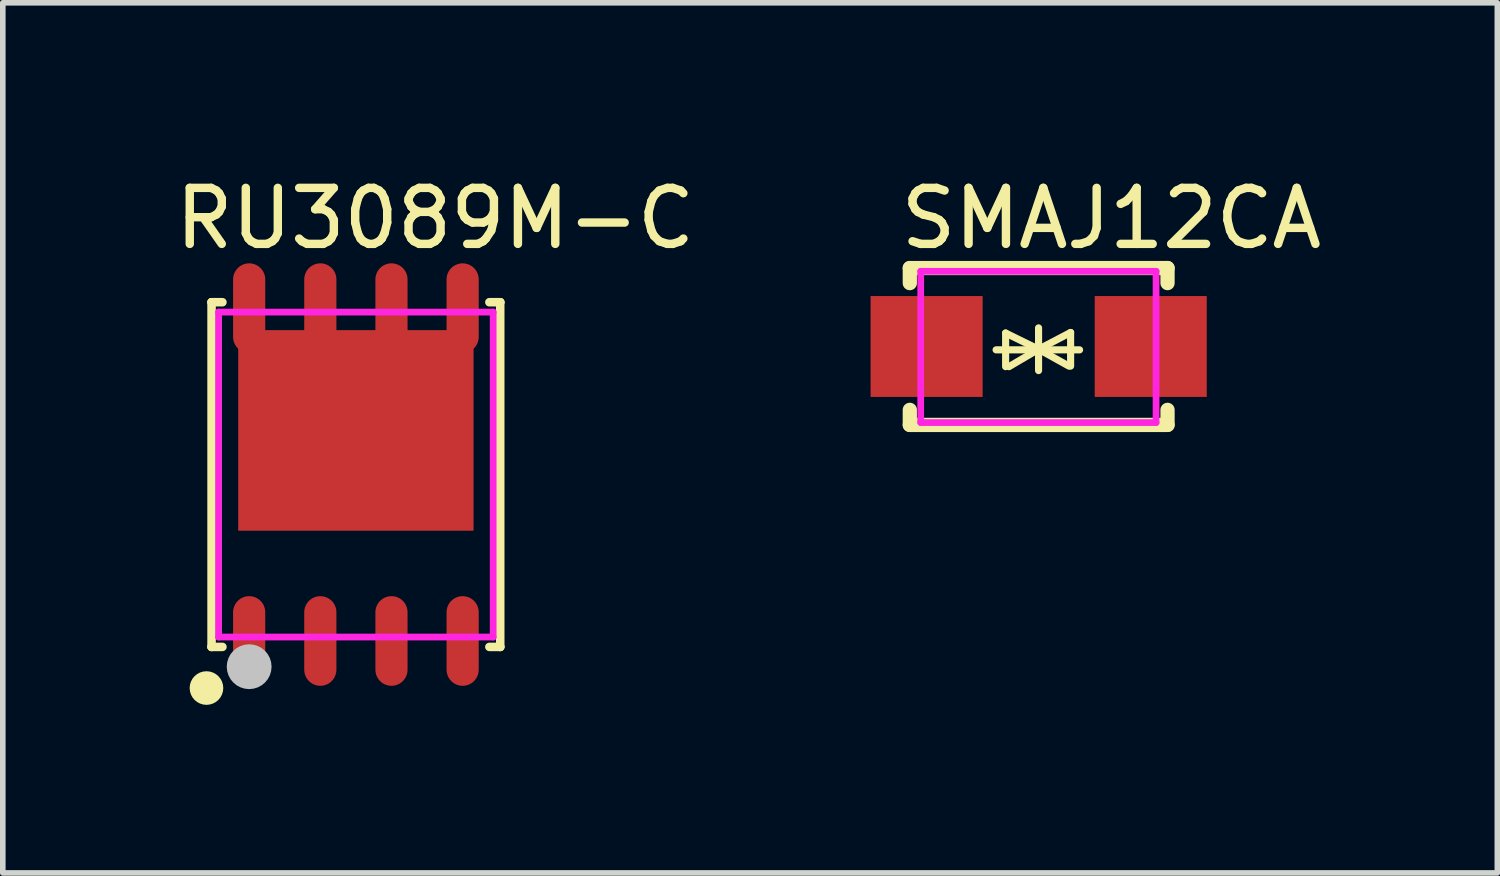
<source format=kicad_pcb>
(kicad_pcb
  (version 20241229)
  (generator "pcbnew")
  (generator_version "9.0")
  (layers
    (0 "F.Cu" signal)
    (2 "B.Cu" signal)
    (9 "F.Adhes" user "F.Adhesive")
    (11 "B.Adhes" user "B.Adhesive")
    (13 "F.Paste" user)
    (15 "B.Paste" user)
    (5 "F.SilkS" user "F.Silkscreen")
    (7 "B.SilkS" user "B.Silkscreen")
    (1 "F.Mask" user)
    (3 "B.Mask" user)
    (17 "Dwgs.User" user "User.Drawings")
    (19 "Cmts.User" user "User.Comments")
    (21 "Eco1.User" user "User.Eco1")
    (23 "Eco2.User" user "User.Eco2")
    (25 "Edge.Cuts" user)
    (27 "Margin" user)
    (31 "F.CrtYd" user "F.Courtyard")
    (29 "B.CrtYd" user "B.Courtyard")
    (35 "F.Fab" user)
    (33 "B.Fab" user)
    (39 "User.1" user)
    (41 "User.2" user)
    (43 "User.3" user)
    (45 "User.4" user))
  (footprint "SMAJ12CA"
    (layer "F.Cu")
    (at 15.488 3.134)
    (property "Reference" "SMAJ12CA" (at -2.54 -2.286 0) (layer "F.SilkS") (effects (font (size 1 1) (thickness 0.15)) (justify left)))
    (attr through_hole)
    (fp_line (start -2.3 -1.4) (end -2.3 -1.131) (stroke (width 0.254) (type solid)) (layer "F.SilkS"))
    (fp_line (start -2.3 -1.4) (end 2.3 -1.4) (stroke (width 0.254) (type solid)) (layer "F.SilkS"))
    (fp_line (start -2.3 1.131) (end -2.3 1.4) (stroke (width 0.254) (type solid)) (layer "F.SilkS"))
    (fp_line (start -2.3 1.4) (end 2.3 1.4) (stroke (width 0.254) (type solid)) (layer "F.SilkS"))
    (fp_line (start -0.76 0.06) (end 0.73 0.06) (stroke (width 0.127) (type solid)) (layer "F.SilkS"))
    (fp_line (start -0.59 -0.24) (end -0.59 0.36) (stroke (width 0.127) (type solid)) (layer "F.SilkS"))
    (fp_line (start -0.59 -0.24) (end -0.002 0.049) (stroke (width 0.127) (type solid)) (layer "F.SilkS"))
    (fp_line (start -0.53 0.36) (end -0.002 0.049) (stroke (width 0.127) (type solid)) (layer "F.SilkS"))
    (fp_line (start -0.002 0.049) (end -0.002 -0.332) (stroke (width 0.127) (type solid)) (layer "F.SilkS"))
    (fp_line (start -0.002 0.049) (end -0.002 0.43) (stroke (width 0.127) (type solid)) (layer "F.SilkS"))
    (fp_line (start 0.54 0.35) (end -0.002 0.049) (stroke (width 0.127) (type solid)) (layer "F.SilkS"))
    (fp_line (start 0.57 -0.25) (end -0.002 0.049) (stroke (width 0.127) (type solid)) (layer "F.SilkS"))
    (fp_line (start 0.57 -0.25) (end 0.57 0.35) (stroke (width 0.127) (type solid)) (layer "F.SilkS"))
    (fp_line (start 2.3 -1.4) (end 2.3 -1.131) (stroke (width 0.254) (type solid)) (layer "F.SilkS"))
    (fp_line (start 2.3 1.131) (end 2.3 1.4) (stroke (width 0.254) (type solid)) (layer "F.SilkS"))
    (fp_circle (center -2.467 1.358) (end -2.437 1.358) (stroke (width 0.06) (type solid)) (fill no) (layer "Eco2.User"))
    (fp_poly (pts (xy -2.467 0.774) (xy -2.467 -0.676) (xy -1.327 -0.676) (xy -1.327 0.774)) (stroke (width 0.12) (type solid)) (fill no) (layer "Eco2.User"))
    (fp_poly (pts (xy 1.403 0.725) (xy 1.403 -0.725) (xy 2.543 -0.725) (xy 2.543 0.725)) (stroke (width 0.12) (type solid)) (fill no) (layer "Eco2.User"))
    (fp_line (start -2.105 -1.342) (end 2.095 -1.342) (stroke (width 0.12) (type solid)) (layer "F.CrtYd"))
    (fp_line (start -2.105 1.358) (end -2.105 -1.342) (stroke (width 0.12) (type solid)) (layer "F.CrtYd"))
    (fp_line (start 2.095 -1.342) (end 2.095 1.358) (stroke (width 0.12) (type solid)) (layer "F.CrtYd"))
    (fp_line (start 2.095 1.358) (end -2.105 1.358) (stroke (width 0.12) (type solid)) (layer "F.CrtYd"))
    (pad "1" smd rect (at -2 0) (size 2 1.8) (layers "F.Cu" "F.Mask" "F.Paste"))
    (pad "2" smd rect (at 2 0) (size 2 1.8) (layers "F.Cu" "F.Mask" "F.Paste")))
  (footprint "RU3089M-C"
    (layer "F.Cu")
    (at 3.302 5.42)
    (property "Reference" "RU3089M-C" (at -3.302 -4.572 0) (layer "F.SilkS") (effects (font (size 1 1) (thickness 0.15)) (justify left)))
    (attr through_hole)
    (fp_line (start -2.576 -3.076) (end -2.576 -3.076) (stroke (width 0.152) (type solid)) (layer "F.SilkS"))
    (fp_line (start -2.576 -3.076) (end -2.382 -3.076) (stroke (width 0.152) (type solid)) (layer "F.SilkS"))
    (fp_line (start -2.576 3.076) (end -2.576 -3.076) (stroke (width 0.152) (type solid)) (layer "F.SilkS"))
    (fp_line (start -2.576 3.076) (end -2.576 3.076) (stroke (width 0.152) (type solid)) (layer "F.SilkS"))
    (fp_line (start -2.382 3.076) (end -2.576 3.076) (stroke (width 0.152) (type solid)) (layer "F.SilkS"))
    (fp_line (start 2.382 3.076) (end 2.576 3.076) (stroke (width 0.152) (type solid)) (layer "F.SilkS"))
    (fp_line (start 2.576 -3.076) (end 2.382 -3.076) (stroke (width 0.152) (type solid)) (layer "F.SilkS"))
    (fp_line (start 2.576 -3.076) (end 2.576 -3.076) (stroke (width 0.152) (type solid)) (layer "F.SilkS"))
    (fp_line (start 2.576 3.076) (end 2.576 -3.076) (stroke (width 0.152) (type solid)) (layer "F.SilkS"))
    (fp_line (start 2.576 3.076) (end 2.576 3.076) (stroke (width 0.152) (type solid)) (layer "F.SilkS"))
    (fp_circle (center -2.667 3.81) (end -2.517 3.81) (stroke (width 0.3) (type solid)) (fill no) (layer "F.SilkS"))
    (fp_poly (pts (xy -2.192 2.457) (xy -2.186 2.401) (xy -2.17 2.347) (xy -2.144 2.298) (xy -2.108 2.254) (xy -2.064 2.218) (xy -2.015 2.192) (xy -1.961 2.176) (xy -1.905 2.17) (xy -1.849 2.176) (xy -1.795 2.192) (xy -1.746 2.218) (xy -1.702 2.254) (xy -1.666 2.298) (xy -1.64 2.347) (xy -1.624 2.401) (xy -1.618 2.457) (xy -1.618 3.483) (xy -1.624 3.539) (xy -1.64 3.593) (xy -1.666 3.642) (xy -1.702 3.686) (xy -1.746 3.722) (xy -1.795 3.748) (xy -1.849 3.765) (xy -1.905 3.77) (xy -1.961 3.765) (xy -2.015 3.748) (xy -2.064 3.722) (xy -2.108 3.686) (xy -2.144 3.642) (xy -2.17 3.593) (xy -2.186 3.539) (xy -2.192 3.483)) (stroke (width 0.12) (type solid)) (fill yes) (layer "F.Paste"))
    (fp_poly (pts (xy -0.922 2.457) (xy -0.916 2.401) (xy -0.9 2.347) (xy -0.874 2.298) (xy -0.838 2.254) (xy -0.794 2.218) (xy -0.745 2.192) (xy -0.691 2.176) (xy -0.635 2.17) (xy -0.579 2.176) (xy -0.525 2.192) (xy -0.476 2.218) (xy -0.432 2.254) (xy -0.396 2.298) (xy -0.37 2.347) (xy -0.354 2.401) (xy -0.348 2.457) (xy -0.348 3.483) (xy -0.354 3.539) (xy -0.37 3.593) (xy -0.396 3.642) (xy -0.432 3.686) (xy -0.476 3.722) (xy -0.525 3.748) (xy -0.579 3.765) (xy -0.635 3.77) (xy -0.691 3.765) (xy -0.745 3.748) (xy -0.794 3.722) (xy -0.838 3.686) (xy -0.874 3.642) (xy -0.9 3.593) (xy -0.916 3.539) (xy -0.922 3.483)) (stroke (width 0.12) (type solid)) (fill yes) (layer "F.Paste"))
    (fp_poly (pts (xy 0.348 2.457) (xy 0.354 2.401) (xy 0.37 2.347) (xy 0.396 2.298) (xy 0.432 2.254) (xy 0.476 2.218) (xy 0.525 2.192) (xy 0.579 2.176) (xy 0.635 2.17) (xy 0.691 2.176) (xy 0.745 2.192) (xy 0.794 2.218) (xy 0.838 2.254) (xy 0.874 2.298) (xy 0.9 2.347) (xy 0.916 2.401) (xy 0.922 2.457) (xy 0.922 3.483) (xy 0.916 3.539) (xy 0.9 3.593) (xy 0.874 3.642) (xy 0.838 3.686) (xy 0.794 3.722) (xy 0.745 3.748) (xy 0.691 3.765) (xy 0.635 3.77) (xy 0.579 3.765) (xy 0.525 3.748) (xy 0.476 3.722) (xy 0.432 3.686) (xy 0.396 3.642) (xy 0.37 3.593) (xy 0.354 3.539) (xy 0.348 3.483)) (stroke (width 0.12) (type solid)) (fill yes) (layer "F.Paste"))
    (fp_poly (pts (xy 1.618 2.457) (xy 1.624 2.401) (xy 1.64 2.347) (xy 1.666 2.298) (xy 1.702 2.254) (xy 1.746 2.218) (xy 1.795 2.192) (xy 1.849 2.176) (xy 1.905 2.17) (xy 1.961 2.176) (xy 2.015 2.192) (xy 2.064 2.218) (xy 2.108 2.254) (xy 2.144 2.298) (xy 2.17 2.347) (xy 2.186 2.401) (xy 2.192 2.457) (xy 2.192 3.483) (xy 2.186 3.539) (xy 2.17 3.593) (xy 2.144 3.642) (xy 2.108 3.686) (xy 2.064 3.722) (xy 2.015 3.748) (xy 1.961 3.765) (xy 1.905 3.77) (xy 1.849 3.765) (xy 1.795 3.748) (xy 1.746 3.722) (xy 1.702 3.686) (xy 1.666 3.642) (xy 1.64 3.593) (xy 1.624 3.539) (xy 1.618 3.483)) (stroke (width 0.12) (type solid)) (fill yes) (layer "F.Paste"))
    (fp_poly (pts (xy 2.1 1) (xy 2.1 -2.25) (xy 2.138 -2.297) (xy 2.167 -2.35) (xy 2.184 -2.407) (xy 2.19 -2.467) (xy 2.19 -2.52) (xy 2.19 -3.51) (xy 2.185 -3.561) (xy 2.17 -3.609) (xy 2.146 -3.654) (xy 2.114 -3.694) (xy 2.074 -3.726) (xy 2.029 -3.75) (xy 1.981 -3.765) (xy 1.93 -3.77) (xy 1.88 -3.77) (xy 1.829 -3.765) (xy 1.78 -3.75) (xy 1.736 -3.726) (xy 1.696 -3.694) (xy 1.664 -3.654) (xy 1.64 -3.609) (xy 1.625 -3.561) (xy 1.62 -3.51) (xy 1.62 -2.58) (xy 0.92 -2.58) (xy 0.92 -3.49) (xy 0.915 -3.545) (xy 0.899 -3.597) (xy 0.873 -3.646) (xy 0.838 -3.688) (xy 0.796 -3.723) (xy 0.747 -3.749) (xy 0.695 -3.765) (xy 0.64 -3.77) (xy 0.63 -3.77) (xy 0.575 -3.765) (xy 0.523 -3.749) (xy 0.474 -3.723) (xy 0.432 -3.688) (xy 0.397 -3.646) (xy 0.371 -3.597) (xy 0.355 -3.545) (xy 0.35 -3.49) (xy 0.35 -3.46) (xy 0.35 -2.58) (xy -0.35 -2.58) (xy -0.35 -3.52) (xy -0.355 -3.569) (xy -0.369 -3.616) (xy -0.392 -3.659) (xy -0.423 -3.697) (xy -0.461 -3.728) (xy -0.504 -3.751) (xy -0.551 -3.765) (xy -0.6 -3.77) (xy -0.64 -3.77) (xy -0.695 -3.765) (xy -0.747 -3.749) (xy -0.796 -3.723) (xy -0.838 -3.688) (xy -0.873 -3.646) (xy -0.899 -3.597) (xy -0.915 -3.545) (xy -0.92 -3.49) (xy -0.92 -2.58) (xy -1.62 -2.58) (xy -1.62 -3.51) (xy -1.625 -3.561) (xy -1.64 -3.609) (xy -1.664 -3.654) (xy -1.696 -3.694) (xy -1.736 -3.726) (xy -1.78 -3.75) (xy -1.829 -3.765) (xy -1.88 -3.77) (xy -1.91 -3.77) (xy -1.965 -3.765) (xy -2.017 -3.749) (xy -2.066 -3.723) (xy -2.108 -3.688) (xy -2.143 -3.646) (xy -2.169 -3.597) (xy -2.185 -3.545) (xy -2.19 -3.49) (xy -2.19 -3.46) (xy -2.19 -2.44) (xy -2.185 -2.388) (xy -2.17 -2.338) (xy -2.145 -2.292) (xy -2.112 -2.252) (xy -2.1 -2.24) (xy -2.104 -2.235) (xy -2.107 -2.229) (xy -2.109 -2.223) (xy -2.11 -2.216) (xy -2.11 1.01)) (stroke (width 0.12) (type solid)) (fill yes) (layer "F.Paste"))
    (fp_circle (center -1.905 3.429) (end -1.705 3.429) (stroke (width 0.4) (type solid)) (fill no) (layer "Dwgs.User"))
    (fp_circle (center -2.5 3) (end -2.47 3) (stroke (width 0.06) (type solid)) (fill no) (layer "Eco2.User"))
    (fp_poly (pts (xy -2.11 -3) (xy -2.11 -2.195) (xy -1.7 -2.195) (xy -1.7 -3)) (stroke (width 0.12) (type solid)) (fill no) (layer "Eco2.User"))
    (fp_poly (pts (xy -2.11 3) (xy -2.11 2.195) (xy -1.7 2.195) (xy -1.7 3)) (stroke (width 0.12) (type solid)) (fill no) (layer "Eco2.User"))
    (fp_poly (pts (xy -0.84 -3) (xy -0.84 -2.195) (xy -0.43 -2.195) (xy -0.43 -3)) (stroke (width 0.12) (type solid)) (fill no) (layer "Eco2.User"))
    (fp_poly (pts (xy -0.84 3) (xy -0.84 2.195) (xy -0.43 2.195) (xy -0.43 3)) (stroke (width 0.12) (type solid)) (fill no) (layer "Eco2.User"))
    (fp_poly (pts (xy 0.43 -3) (xy 0.43 -2.195) (xy 0.84 -2.195) (xy 0.84 -3)) (stroke (width 0.12) (type solid)) (fill no) (layer "Eco2.User"))
    (fp_poly (pts (xy 0.43 3) (xy 0.43 2.195) (xy 0.84 2.195) (xy 0.84 3)) (stroke (width 0.12) (type solid)) (fill no) (layer "Eco2.User"))
    (fp_poly (pts (xy 1.7 -3) (xy 1.7 -2.195) (xy 2.11 -2.195) (xy 2.11 -3)) (stroke (width 0.12) (type solid)) (fill no) (layer "Eco2.User"))
    (fp_poly (pts (xy 1.7 3) (xy 1.7 2.195) (xy 2.11 2.195) (xy 2.11 3)) (stroke (width 0.12) (type solid)) (fill no) (layer "Eco2.User"))
    (fp_poly (pts (xy -2.1 0.644) (xy -2.1 -2.578) (xy 2.1 -2.578) (xy 2.1 1.002) (xy -1.742 1.002)) (stroke (width 0.12) (type solid)) (fill no) (layer "Eco2.User"))
    (fp_line (start -2.45 -2.9) (end 2.45 -2.9) (stroke (width 0.12) (type solid)) (layer "F.CrtYd"))
    (fp_line (start -2.45 2.9) (end -2.45 -2.9) (stroke (width 0.12) (type solid)) (layer "F.CrtYd"))
    (fp_line (start 2.45 -2.9) (end 2.45 2.9) (stroke (width 0.12) (type solid)) (layer "F.CrtYd"))
    (fp_line (start 2.45 2.9) (end -2.45 2.9) (stroke (width 0.12) (type solid)) (layer "F.CrtYd"))
    (pad "1" smd oval (at -1.905 2.97) (size 0.574 1.6) (layers "F.Cu" "F.Mask" "F.Paste"))
    (pad "2" smd oval (at -0.635 2.97) (size 0.574 1.6) (layers "F.Cu" "F.Mask" "F.Paste"))
    (pad "3" smd oval (at 0.635 2.97) (size 0.574 1.6) (layers "F.Cu" "F.Mask" "F.Paste"))
    (pad "4" smd oval (at 1.905 2.97) (size 0.574 1.6) (layers "F.Cu" "F.Mask" "F.Paste"))
    (pad "5" smd oval (at 1.905 -2.97) (size 0.574 1.6) (layers "F.Cu" "F.Mask" "F.Paste"))
    (pad "6" smd oval (at 0.635 -2.97) (size 0.574 1.6) (layers "F.Cu" "F.Mask" "F.Paste"))
    (pad "7" smd oval (at -0.635 -2.97) (size 0.574 1.6) (layers "F.Cu" "F.Mask" "F.Paste"))
    (pad "8" smd oval (at -1.905 -2.97) (size 0.574 1.6) (layers "F.Cu" "F.Mask" "F.Paste"))
    (pad "9" smd rect (at 0 -0.788) (size 4.2 3.58) (layers "F.Cu" "F.Mask" "F.Paste")))
  (gr_rect
    (start -3 -3)
    (end 23.674 12.53)
    (stroke (width 0.1) (type default))
    (fill no)
    (layer "Edge.Cuts")))
</source>
